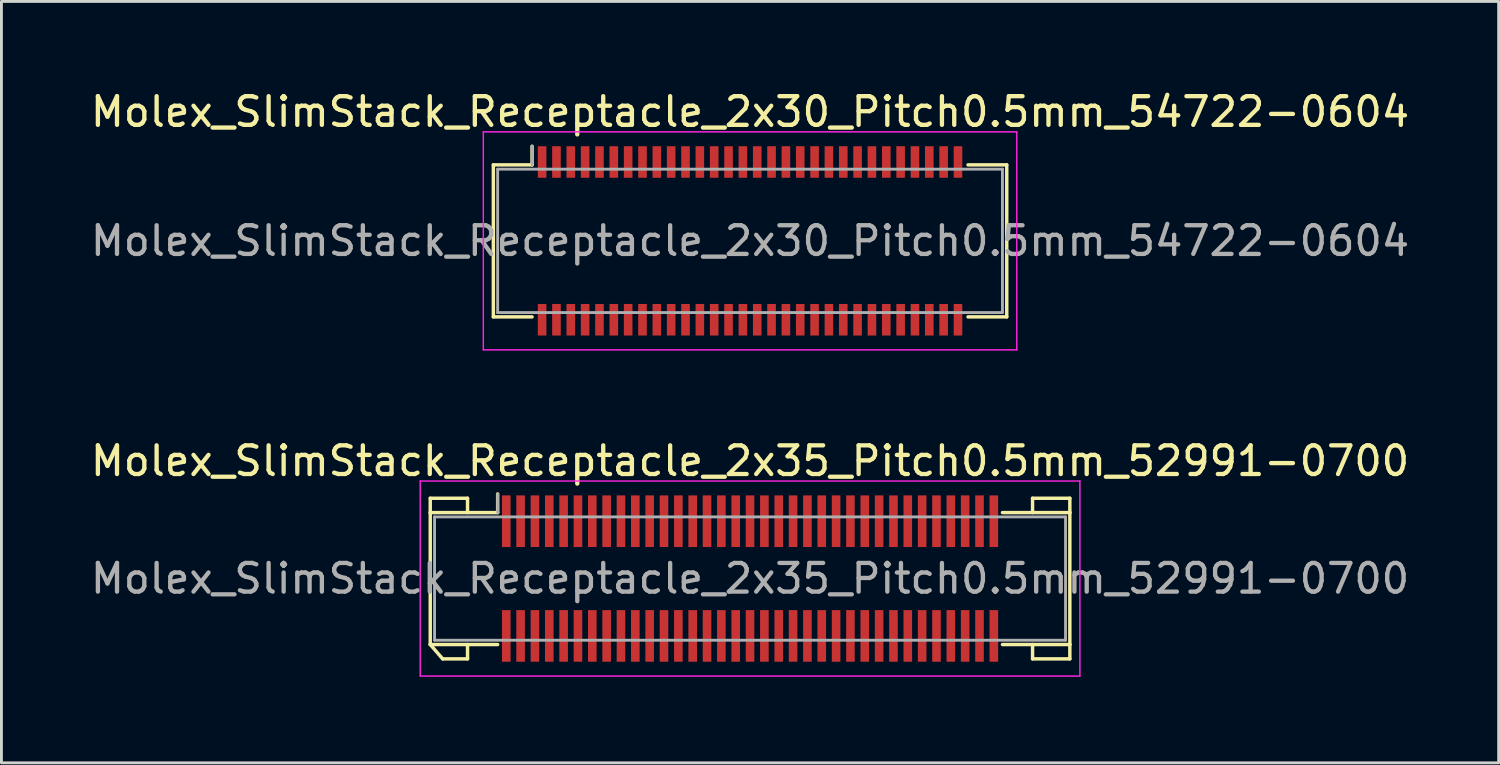
<source format=kicad_pcb>
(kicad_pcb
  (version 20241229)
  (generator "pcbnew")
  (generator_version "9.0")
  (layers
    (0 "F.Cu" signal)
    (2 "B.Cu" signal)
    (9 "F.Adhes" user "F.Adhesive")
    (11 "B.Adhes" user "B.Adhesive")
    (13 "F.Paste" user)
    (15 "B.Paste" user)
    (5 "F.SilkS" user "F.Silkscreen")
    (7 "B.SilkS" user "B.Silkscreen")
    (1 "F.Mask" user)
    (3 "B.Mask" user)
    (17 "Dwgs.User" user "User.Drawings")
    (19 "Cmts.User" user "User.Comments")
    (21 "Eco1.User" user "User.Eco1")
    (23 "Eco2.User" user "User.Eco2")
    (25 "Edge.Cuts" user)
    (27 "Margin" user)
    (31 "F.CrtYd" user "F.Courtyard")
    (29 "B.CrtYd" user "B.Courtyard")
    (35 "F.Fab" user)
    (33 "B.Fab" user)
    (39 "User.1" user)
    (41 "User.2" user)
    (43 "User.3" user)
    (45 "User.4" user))
  (footprint "Molex_SlimStack_Receptacle_2x30_Pitch0.5mm_54722-0604"
    (layer "F.Cu")
    (at 23.101 5.348)
    (property "Reference" "Molex_SlimStack_Receptacle_2x30_Pitch0.5mm_54722-0604" (at 0 -4.5 0) (layer "F.SilkS") (effects (font (size 1 1) (thickness 0.15))))
    (attr smd)
    (fp_line (start -8.95 -2.65) (end -7.6 -2.65) (stroke (width 0.12) (type solid)) (layer "F.SilkS"))
    (fp_line (start -8.95 2.65) (end -8.95 -2.65) (stroke (width 0.12) (type solid)) (layer "F.SilkS"))
    (fp_line (start -7.6 -2.65) (end -7.6 -3.3) (stroke (width 0.12) (type solid)) (layer "F.SilkS"))
    (fp_line (start -7.6 2.65) (end -8.95 2.65) (stroke (width 0.12) (type solid)) (layer "F.SilkS"))
    (fp_line (start 7.6 2.65) (end 8.95 2.65) (stroke (width 0.12) (type solid)) (layer "F.SilkS"))
    (fp_line (start 8.95 -2.65) (end 7.6 -2.65) (stroke (width 0.12) (type solid)) (layer "F.SilkS"))
    (fp_line (start 8.95 2.65) (end 8.95 -2.65) (stroke (width 0.12) (type solid)) (layer "F.SilkS"))
    (fp_line (start -9.3 -3.8) (end -9.3 3.8) (stroke (width 0.05) (type solid)) (layer "F.CrtYd"))
    (fp_line (start -9.3 3.8) (end 9.3 3.8) (stroke (width 0.05) (type solid)) (layer "F.CrtYd"))
    (fp_line (start 9.3 -3.8) (end -9.3 -3.8) (stroke (width 0.05) (type solid)) (layer "F.CrtYd"))
    (fp_line (start 9.3 3.8) (end 9.3 -3.8) (stroke (width 0.05) (type solid)) (layer "F.CrtYd"))
    (fp_line (start -8.8 -2.5) (end -8.8 2.5) (stroke (width 0.1) (type solid)) (layer "F.Fab"))
    (fp_line (start -8.8 2.5) (end 8.8 2.5) (stroke (width 0.1) (type solid)) (layer "F.Fab"))
    (fp_line (start -7.6 -2.65) (end -7.6 -3.3) (stroke (width 0.1) (type solid)) (layer "F.Fab"))
    (fp_line (start 8.8 -2.5) (end -8.8 -2.5) (stroke (width 0.1) (type solid)) (layer "F.Fab"))
    (fp_line (start 8.8 2.5) (end 8.8 -2.5) (stroke (width 0.1) (type solid)) (layer "F.Fab"))
    (fp_text user "${REFERENCE}" (at 0 0 0) (layer "F.Fab") (effects (font (size 1 1) (thickness 0.15))))
    (pad "1" smd rect (at -7.25 -2.75) (size 0.3 1.1) (layers "F.Cu" "F.Mask" "F.Paste"))
    (pad "2" smd rect (at -7.25 2.75) (size 0.3 1.1) (layers "F.Cu" "F.Mask" "F.Paste"))
    (pad "3" smd rect (at -6.75 -2.75) (size 0.3 1.1) (layers "F.Cu" "F.Mask" "F.Paste"))
    (pad "4" smd rect (at -6.75 2.75) (size 0.3 1.1) (layers "F.Cu" "F.Mask" "F.Paste"))
    (pad "5" smd rect (at -6.25 -2.75) (size 0.3 1.1) (layers "F.Cu" "F.Mask" "F.Paste"))
    (pad "6" smd rect (at -6.25 2.75) (size 0.3 1.1) (layers "F.Cu" "F.Mask" "F.Paste"))
    (pad "7" smd rect (at -5.75 -2.75) (size 0.3 1.1) (layers "F.Cu" "F.Mask" "F.Paste"))
    (pad "8" smd rect (at -5.75 2.75) (size 0.3 1.1) (layers "F.Cu" "F.Mask" "F.Paste"))
    (pad "9" smd rect (at -5.25 -2.75) (size 0.3 1.1) (layers "F.Cu" "F.Mask" "F.Paste"))
    (pad "10" smd rect (at -5.25 2.75) (size 0.3 1.1) (layers "F.Cu" "F.Mask" "F.Paste"))
    (pad "11" smd rect (at -4.75 -2.75) (size 0.3 1.1) (layers "F.Cu" "F.Mask" "F.Paste"))
    (pad "12" smd rect (at -4.75 2.75) (size 0.3 1.1) (layers "F.Cu" "F.Mask" "F.Paste"))
    (pad "13" smd rect (at -4.25 -2.75) (size 0.3 1.1) (layers "F.Cu" "F.Mask" "F.Paste"))
    (pad "14" smd rect (at -4.25 2.75) (size 0.3 1.1) (layers "F.Cu" "F.Mask" "F.Paste"))
    (pad "15" smd rect (at -3.75 -2.75) (size 0.3 1.1) (layers "F.Cu" "F.Mask" "F.Paste"))
    (pad "16" smd rect (at -3.75 2.75) (size 0.3 1.1) (layers "F.Cu" "F.Mask" "F.Paste"))
    (pad "17" smd rect (at -3.25 -2.75) (size 0.3 1.1) (layers "F.Cu" "F.Mask" "F.Paste"))
    (pad "18" smd rect (at -3.25 2.75) (size 0.3 1.1) (layers "F.Cu" "F.Mask" "F.Paste"))
    (pad "19" smd rect (at -2.75 -2.75) (size 0.3 1.1) (layers "F.Cu" "F.Mask" "F.Paste"))
    (pad "20" smd rect (at -2.75 2.75) (size 0.3 1.1) (layers "F.Cu" "F.Mask" "F.Paste"))
    (pad "21" smd rect (at -2.25 -2.75) (size 0.3 1.1) (layers "F.Cu" "F.Mask" "F.Paste"))
    (pad "22" smd rect (at -2.25 2.75) (size 0.3 1.1) (layers "F.Cu" "F.Mask" "F.Paste"))
    (pad "23" smd rect (at -1.75 -2.75) (size 0.3 1.1) (layers "F.Cu" "F.Mask" "F.Paste"))
    (pad "24" smd rect (at -1.75 2.75) (size 0.3 1.1) (layers "F.Cu" "F.Mask" "F.Paste"))
    (pad "25" smd rect (at -1.25 -2.75) (size 0.3 1.1) (layers "F.Cu" "F.Mask" "F.Paste"))
    (pad "26" smd rect (at -1.25 2.75) (size 0.3 1.1) (layers "F.Cu" "F.Mask" "F.Paste"))
    (pad "27" smd rect (at -0.75 -2.75) (size 0.3 1.1) (layers "F.Cu" "F.Mask" "F.Paste"))
    (pad "28" smd rect (at -0.75 2.75) (size 0.3 1.1) (layers "F.Cu" "F.Mask" "F.Paste"))
    (pad "29" smd rect (at -0.25 -2.75) (size 0.3 1.1) (layers "F.Cu" "F.Mask" "F.Paste"))
    (pad "30" smd rect (at -0.25 2.75) (size 0.3 1.1) (layers "F.Cu" "F.Mask" "F.Paste"))
    (pad "31" smd rect (at 0.25 -2.75) (size 0.3 1.1) (layers "F.Cu" "F.Mask" "F.Paste"))
    (pad "32" smd rect (at 0.25 2.75) (size 0.3 1.1) (layers "F.Cu" "F.Mask" "F.Paste"))
    (pad "33" smd rect (at 0.75 -2.75) (size 0.3 1.1) (layers "F.Cu" "F.Mask" "F.Paste"))
    (pad "34" smd rect (at 0.75 2.75) (size 0.3 1.1) (layers "F.Cu" "F.Mask" "F.Paste"))
    (pad "35" smd rect (at 1.25 -2.75) (size 0.3 1.1) (layers "F.Cu" "F.Mask" "F.Paste"))
    (pad "36" smd rect (at 1.25 2.75) (size 0.3 1.1) (layers "F.Cu" "F.Mask" "F.Paste"))
    (pad "37" smd rect (at 1.75 -2.75) (size 0.3 1.1) (layers "F.Cu" "F.Mask" "F.Paste"))
    (pad "38" smd rect (at 1.75 2.75) (size 0.3 1.1) (layers "F.Cu" "F.Mask" "F.Paste"))
    (pad "39" smd rect (at 2.25 -2.75) (size 0.3 1.1) (layers "F.Cu" "F.Mask" "F.Paste"))
    (pad "40" smd rect (at 2.25 2.75) (size 0.3 1.1) (layers "F.Cu" "F.Mask" "F.Paste"))
    (pad "41" smd rect (at 2.75 -2.75) (size 0.3 1.1) (layers "F.Cu" "F.Mask" "F.Paste"))
    (pad "42" smd rect (at 2.75 2.75) (size 0.3 1.1) (layers "F.Cu" "F.Mask" "F.Paste"))
    (pad "43" smd rect (at 3.25 -2.75) (size 0.3 1.1) (layers "F.Cu" "F.Mask" "F.Paste"))
    (pad "44" smd rect (at 3.25 2.75) (size 0.3 1.1) (layers "F.Cu" "F.Mask" "F.Paste"))
    (pad "45" smd rect (at 3.75 -2.75) (size 0.3 1.1) (layers "F.Cu" "F.Mask" "F.Paste"))
    (pad "46" smd rect (at 3.75 2.75) (size 0.3 1.1) (layers "F.Cu" "F.Mask" "F.Paste"))
    (pad "47" smd rect (at 4.25 -2.75) (size 0.3 1.1) (layers "F.Cu" "F.Mask" "F.Paste"))
    (pad "48" smd rect (at 4.25 2.75) (size 0.3 1.1) (layers "F.Cu" "F.Mask" "F.Paste"))
    (pad "49" smd rect (at 4.75 -2.75) (size 0.3 1.1) (layers "F.Cu" "F.Mask" "F.Paste"))
    (pad "50" smd rect (at 4.75 2.75) (size 0.3 1.1) (layers "F.Cu" "F.Mask" "F.Paste"))
    (pad "51" smd rect (at 5.25 -2.75) (size 0.3 1.1) (layers "F.Cu" "F.Mask" "F.Paste"))
    (pad "52" smd rect (at 5.25 2.75) (size 0.3 1.1) (layers "F.Cu" "F.Mask" "F.Paste"))
    (pad "53" smd rect (at 5.75 -2.75) (size 0.3 1.1) (layers "F.Cu" "F.Mask" "F.Paste"))
    (pad "54" smd rect (at 5.75 2.75) (size 0.3 1.1) (layers "F.Cu" "F.Mask" "F.Paste"))
    (pad "55" smd rect (at 6.25 -2.75) (size 0.3 1.1) (layers "F.Cu" "F.Mask" "F.Paste"))
    (pad "56" smd rect (at 6.25 2.75) (size 0.3 1.1) (layers "F.Cu" "F.Mask" "F.Paste"))
    (pad "57" smd rect (at 6.75 -2.75) (size 0.3 1.1) (layers "F.Cu" "F.Mask" "F.Paste"))
    (pad "58" smd rect (at 6.75 2.75) (size 0.3 1.1) (layers "F.Cu" "F.Mask" "F.Paste"))
    (pad "59" smd rect (at 7.25 -2.75) (size 0.3 1.1) (layers "F.Cu" "F.Mask" "F.Paste"))
    (pad "60" smd rect (at 7.25 2.75) (size 0.3 1.1) (layers "F.Cu" "F.Mask" "F.Paste")))
  (footprint "Molex_SlimStack_Receptacle_2x35_Pitch0.5mm_52991-0700"
    (layer "F.Cu")
    (at 23.101 17.122)
    (property "Reference" "Molex_SlimStack_Receptacle_2x35_Pitch0.5mm_52991-0700" (at 0 -4.1 0) (layer "F.SilkS") (effects (font (size 1 1) (thickness 0.15))))
    (attr smd)
    (fp_line (start -11.15 -2.8) (end -9.85 -2.8) (stroke (width 0.12) (type solid)) (layer "F.SilkS"))
    (fp_line (start -11.15 -2.3) (end -11.15 -2.8) (stroke (width 0.12) (type solid)) (layer "F.SilkS"))
    (fp_line (start -11.15 -2.3) (end -8.8 -2.3) (stroke (width 0.12) (type solid)) (layer "F.SilkS"))
    (fp_line (start -11.15 2.3) (end -11.15 -2.3) (stroke (width 0.12) (type solid)) (layer "F.SilkS"))
    (fp_line (start -11.15 2.3) (end -10.717 2.8) (stroke (width 0.12) (type solid)) (layer "F.SilkS"))
    (fp_line (start -10.717 2.8) (end -9.85 2.8) (stroke (width 0.12) (type solid)) (layer "F.SilkS"))
    (fp_line (start -9.85 -2.8) (end -9.85 -2.3) (stroke (width 0.12) (type solid)) (layer "F.SilkS"))
    (fp_line (start -9.85 2.8) (end -9.85 2.3) (stroke (width 0.12) (type solid)) (layer "F.SilkS"))
    (fp_line (start -8.8 -2.3) (end -8.8 -2.95) (stroke (width 0.12) (type solid)) (layer "F.SilkS"))
    (fp_line (start -8.8 2.3) (end -11.15 2.3) (stroke (width 0.12) (type solid)) (layer "F.SilkS"))
    (fp_line (start 8.8 2.3) (end 11.15 2.3) (stroke (width 0.12) (type solid)) (layer "F.SilkS"))
    (fp_line (start 9.85 -2.8) (end 9.85 -2.3) (stroke (width 0.12) (type solid)) (layer "F.SilkS"))
    (fp_line (start 9.85 2.8) (end 9.85 2.3) (stroke (width 0.12) (type solid)) (layer "F.SilkS"))
    (fp_line (start 11.15 -2.8) (end 9.85 -2.8) (stroke (width 0.12) (type solid)) (layer "F.SilkS"))
    (fp_line (start 11.15 -2.3) (end 8.8 -2.3) (stroke (width 0.12) (type solid)) (layer "F.SilkS"))
    (fp_line (start 11.15 -2.3) (end 11.15 -2.8) (stroke (width 0.12) (type solid)) (layer "F.SilkS"))
    (fp_line (start 11.15 2.3) (end 11.15 -2.3) (stroke (width 0.12) (type solid)) (layer "F.SilkS"))
    (fp_line (start 11.15 2.3) (end 11.15 2.8) (stroke (width 0.12) (type solid)) (layer "F.SilkS"))
    (fp_line (start 11.15 2.8) (end 9.85 2.8) (stroke (width 0.12) (type solid)) (layer "F.SilkS"))
    (fp_line (start -11.5 -3.4) (end -11.5 3.4) (stroke (width 0.05) (type solid)) (layer "F.CrtYd"))
    (fp_line (start -11.5 3.4) (end 11.5 3.4) (stroke (width 0.05) (type solid)) (layer "F.CrtYd"))
    (fp_line (start 11.5 -3.4) (end -11.5 -3.4) (stroke (width 0.05) (type solid)) (layer "F.CrtYd"))
    (fp_line (start 11.5 3.4) (end 11.5 -3.4) (stroke (width 0.05) (type solid)) (layer "F.CrtYd"))
    (fp_line (start -11 -2.15) (end -11 2.15) (stroke (width 0.1) (type solid)) (layer "F.Fab"))
    (fp_line (start -11 2.15) (end 11 2.15) (stroke (width 0.1) (type solid)) (layer "F.Fab"))
    (fp_line (start -8.8 -2.3) (end -8.8 -2.95) (stroke (width 0.1) (type solid)) (layer "F.Fab"))
    (fp_line (start 11 -2.15) (end -11 -2.15) (stroke (width 0.1) (type solid)) (layer "F.Fab"))
    (fp_line (start 11 2.15) (end 11 -2.15) (stroke (width 0.1) (type solid)) (layer "F.Fab"))
    (fp_text user "${REFERENCE}" (at 0 0 0) (layer "F.Fab") (effects (font (size 1 1) (thickness 0.15))))
    (pad "1" smd rect (at -8.5 -2) (size 0.3 1.8) (layers "F.Cu" "F.Mask" "F.Paste"))
    (pad "2" smd rect (at -8.5 2) (size 0.3 1.8) (layers "F.Cu" "F.Mask" "F.Paste"))
    (pad "3" smd rect (at -8 -2) (size 0.3 1.8) (layers "F.Cu" "F.Mask" "F.Paste"))
    (pad "4" smd rect (at -8 2) (size 0.3 1.8) (layers "F.Cu" "F.Mask" "F.Paste"))
    (pad "5" smd rect (at -7.5 -2) (size 0.3 1.8) (layers "F.Cu" "F.Mask" "F.Paste"))
    (pad "6" smd rect (at -7.5 2) (size 0.3 1.8) (layers "F.Cu" "F.Mask" "F.Paste"))
    (pad "7" smd rect (at -7 -2) (size 0.3 1.8) (layers "F.Cu" "F.Mask" "F.Paste"))
    (pad "8" smd rect (at -7 2) (size 0.3 1.8) (layers "F.Cu" "F.Mask" "F.Paste"))
    (pad "9" smd rect (at -6.5 -2) (size 0.3 1.8) (layers "F.Cu" "F.Mask" "F.Paste"))
    (pad "10" smd rect (at -6.5 2) (size 0.3 1.8) (layers "F.Cu" "F.Mask" "F.Paste"))
    (pad "11" smd rect (at -6 -2) (size 0.3 1.8) (layers "F.Cu" "F.Mask" "F.Paste"))
    (pad "12" smd rect (at -6 2) (size 0.3 1.8) (layers "F.Cu" "F.Mask" "F.Paste"))
    (pad "13" smd rect (at -5.5 -2) (size 0.3 1.8) (layers "F.Cu" "F.Mask" "F.Paste"))
    (pad "14" smd rect (at -5.5 2) (size 0.3 1.8) (layers "F.Cu" "F.Mask" "F.Paste"))
    (pad "15" smd rect (at -5 -2) (size 0.3 1.8) (layers "F.Cu" "F.Mask" "F.Paste"))
    (pad "16" smd rect (at -5 2) (size 0.3 1.8) (layers "F.Cu" "F.Mask" "F.Paste"))
    (pad "17" smd rect (at -4.5 -2) (size 0.3 1.8) (layers "F.Cu" "F.Mask" "F.Paste"))
    (pad "18" smd rect (at -4.5 2) (size 0.3 1.8) (layers "F.Cu" "F.Mask" "F.Paste"))
    (pad "19" smd rect (at -4 -2) (size 0.3 1.8) (layers "F.Cu" "F.Mask" "F.Paste"))
    (pad "20" smd rect (at -4 2) (size 0.3 1.8) (layers "F.Cu" "F.Mask" "F.Paste"))
    (pad "21" smd rect (at -3.5 -2) (size 0.3 1.8) (layers "F.Cu" "F.Mask" "F.Paste"))
    (pad "22" smd rect (at -3.5 2) (size 0.3 1.8) (layers "F.Cu" "F.Mask" "F.Paste"))
    (pad "23" smd rect (at -3 -2) (size 0.3 1.8) (layers "F.Cu" "F.Mask" "F.Paste"))
    (pad "24" smd rect (at -3 2) (size 0.3 1.8) (layers "F.Cu" "F.Mask" "F.Paste"))
    (pad "25" smd rect (at -2.5 -2) (size 0.3 1.8) (layers "F.Cu" "F.Mask" "F.Paste"))
    (pad "26" smd rect (at -2.5 2) (size 0.3 1.8) (layers "F.Cu" "F.Mask" "F.Paste"))
    (pad "27" smd rect (at -2 -2) (size 0.3 1.8) (layers "F.Cu" "F.Mask" "F.Paste"))
    (pad "28" smd rect (at -2 2) (size 0.3 1.8) (layers "F.Cu" "F.Mask" "F.Paste"))
    (pad "29" smd rect (at -1.5 -2) (size 0.3 1.8) (layers "F.Cu" "F.Mask" "F.Paste"))
    (pad "30" smd rect (at -1.5 2) (size 0.3 1.8) (layers "F.Cu" "F.Mask" "F.Paste"))
    (pad "31" smd rect (at -1 -2) (size 0.3 1.8) (layers "F.Cu" "F.Mask" "F.Paste"))
    (pad "32" smd rect (at -1 2) (size 0.3 1.8) (layers "F.Cu" "F.Mask" "F.Paste"))
    (pad "33" smd rect (at -0.5 -2) (size 0.3 1.8) (layers "F.Cu" "F.Mask" "F.Paste"))
    (pad "34" smd rect (at -0.5 2) (size 0.3 1.8) (layers "F.Cu" "F.Mask" "F.Paste"))
    (pad "35" smd rect (at 0 -2) (size 0.3 1.8) (layers "F.Cu" "F.Mask" "F.Paste"))
    (pad "36" smd rect (at 0 2) (size 0.3 1.8) (layers "F.Cu" "F.Mask" "F.Paste"))
    (pad "37" smd rect (at 0.5 -2) (size 0.3 1.8) (layers "F.Cu" "F.Mask" "F.Paste"))
    (pad "38" smd rect (at 0.5 2) (size 0.3 1.8) (layers "F.Cu" "F.Mask" "F.Paste"))
    (pad "39" smd rect (at 1 -2) (size 0.3 1.8) (layers "F.Cu" "F.Mask" "F.Paste"))
    (pad "40" smd rect (at 1 2) (size 0.3 1.8) (layers "F.Cu" "F.Mask" "F.Paste"))
    (pad "41" smd rect (at 1.5 -2) (size 0.3 1.8) (layers "F.Cu" "F.Mask" "F.Paste"))
    (pad "42" smd rect (at 1.5 2) (size 0.3 1.8) (layers "F.Cu" "F.Mask" "F.Paste"))
    (pad "43" smd rect (at 2 -2) (size 0.3 1.8) (layers "F.Cu" "F.Mask" "F.Paste"))
    (pad "44" smd rect (at 2 2) (size 0.3 1.8) (layers "F.Cu" "F.Mask" "F.Paste"))
    (pad "45" smd rect (at 2.5 -2) (size 0.3 1.8) (layers "F.Cu" "F.Mask" "F.Paste"))
    (pad "46" smd rect (at 2.5 2) (size 0.3 1.8) (layers "F.Cu" "F.Mask" "F.Paste"))
    (pad "47" smd rect (at 3 -2) (size 0.3 1.8) (layers "F.Cu" "F.Mask" "F.Paste"))
    (pad "48" smd rect (at 3 2) (size 0.3 1.8) (layers "F.Cu" "F.Mask" "F.Paste"))
    (pad "49" smd rect (at 3.5 -2) (size 0.3 1.8) (layers "F.Cu" "F.Mask" "F.Paste"))
    (pad "50" smd rect (at 3.5 2) (size 0.3 1.8) (layers "F.Cu" "F.Mask" "F.Paste"))
    (pad "51" smd rect (at 4 -2) (size 0.3 1.8) (layers "F.Cu" "F.Mask" "F.Paste"))
    (pad "52" smd rect (at 4 2) (size 0.3 1.8) (layers "F.Cu" "F.Mask" "F.Paste"))
    (pad "53" smd rect (at 4.5 -2) (size 0.3 1.8) (layers "F.Cu" "F.Mask" "F.Paste"))
    (pad "54" smd rect (at 4.5 2) (size 0.3 1.8) (layers "F.Cu" "F.Mask" "F.Paste"))
    (pad "55" smd rect (at 5 -2) (size 0.3 1.8) (layers "F.Cu" "F.Mask" "F.Paste"))
    (pad "56" smd rect (at 5 2) (size 0.3 1.8) (layers "F.Cu" "F.Mask" "F.Paste"))
    (pad "57" smd rect (at 5.5 -2) (size 0.3 1.8) (layers "F.Cu" "F.Mask" "F.Paste"))
    (pad "58" smd rect (at 5.5 2) (size 0.3 1.8) (layers "F.Cu" "F.Mask" "F.Paste"))
    (pad "59" smd rect (at 6 -2) (size 0.3 1.8) (layers "F.Cu" "F.Mask" "F.Paste"))
    (pad "60" smd rect (at 6 2) (size 0.3 1.8) (layers "F.Cu" "F.Mask" "F.Paste"))
    (pad "61" smd rect (at 6.5 -2) (size 0.3 1.8) (layers "F.Cu" "F.Mask" "F.Paste"))
    (pad "62" smd rect (at 6.5 2) (size 0.3 1.8) (layers "F.Cu" "F.Mask" "F.Paste"))
    (pad "63" smd rect (at 7 -2) (size 0.3 1.8) (layers "F.Cu" "F.Mask" "F.Paste"))
    (pad "64" smd rect (at 7 2) (size 0.3 1.8) (layers "F.Cu" "F.Mask" "F.Paste"))
    (pad "65" smd rect (at 7.5 -2) (size 0.3 1.8) (layers "F.Cu" "F.Mask" "F.Paste"))
    (pad "66" smd rect (at 7.5 2) (size 0.3 1.8) (layers "F.Cu" "F.Mask" "F.Paste"))
    (pad "67" smd rect (at 8 -2) (size 0.3 1.8) (layers "F.Cu" "F.Mask" "F.Paste"))
    (pad "68" smd rect (at 8 2) (size 0.3 1.8) (layers "F.Cu" "F.Mask" "F.Paste"))
    (pad "69" smd rect (at 8.5 -2) (size 0.3 1.8) (layers "F.Cu" "F.Mask" "F.Paste"))
    (pad "70" smd rect (at 8.5 2) (size 0.3 1.8) (layers "F.Cu" "F.Mask" "F.Paste")))
  (gr_rect
    (start -3 -3)
    (end 49.202 23.547)
    (stroke (width 0.1) (type default))
    (fill no)
    (layer "Edge.Cuts")))
</source>
